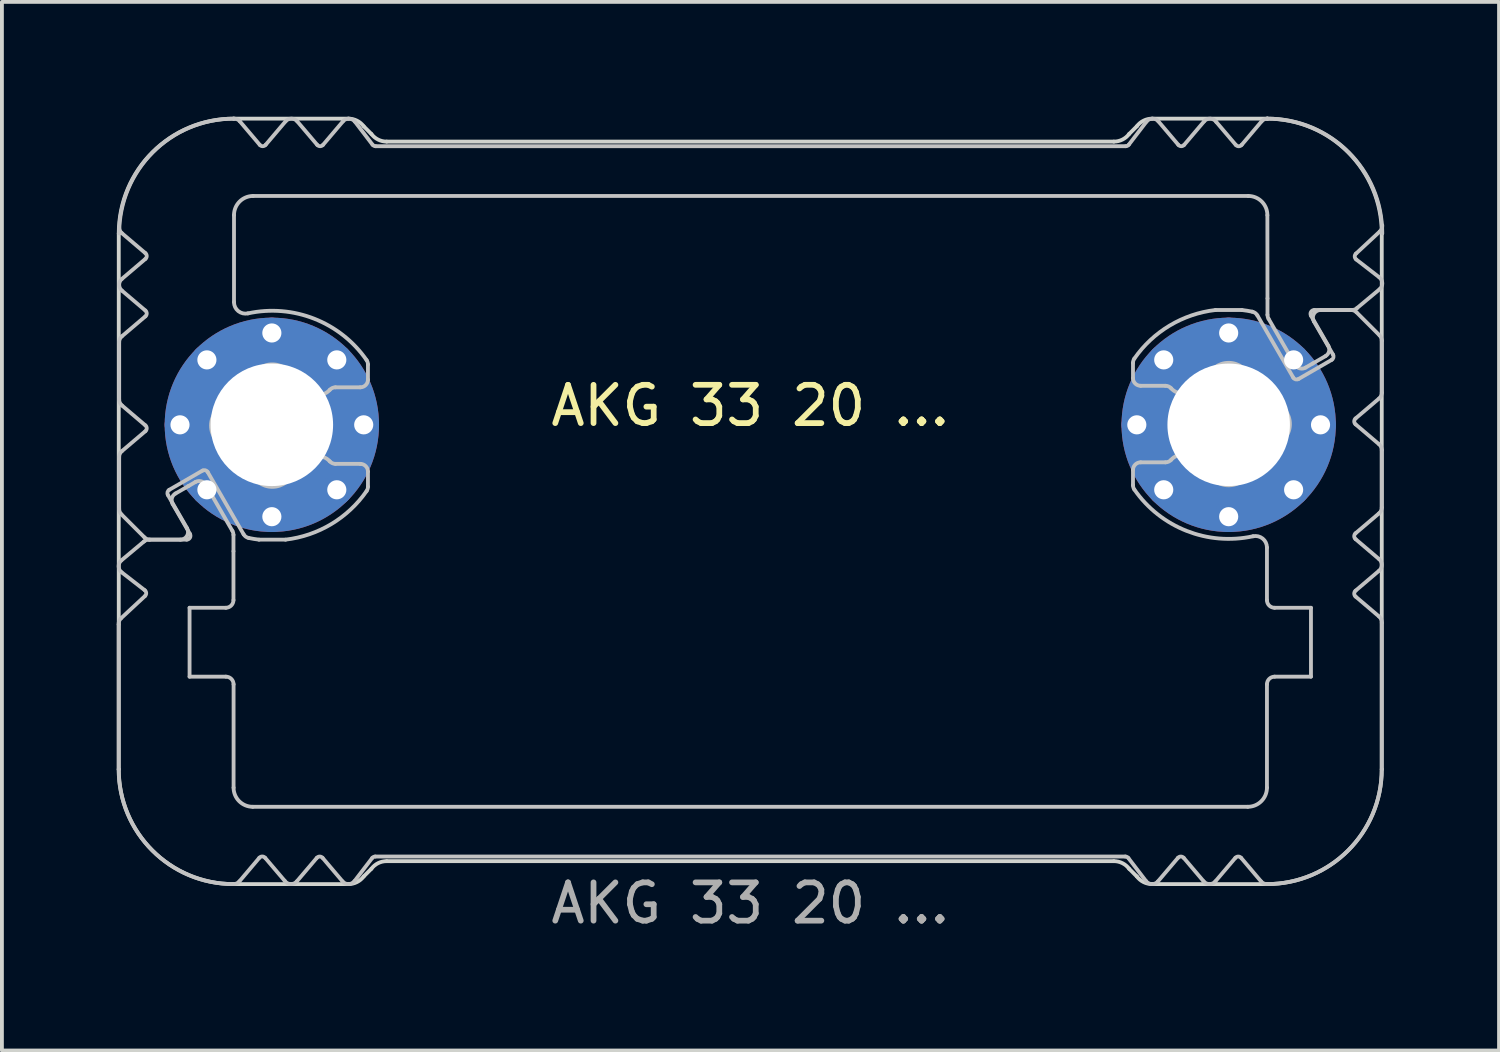
<source format=kicad_pcb>
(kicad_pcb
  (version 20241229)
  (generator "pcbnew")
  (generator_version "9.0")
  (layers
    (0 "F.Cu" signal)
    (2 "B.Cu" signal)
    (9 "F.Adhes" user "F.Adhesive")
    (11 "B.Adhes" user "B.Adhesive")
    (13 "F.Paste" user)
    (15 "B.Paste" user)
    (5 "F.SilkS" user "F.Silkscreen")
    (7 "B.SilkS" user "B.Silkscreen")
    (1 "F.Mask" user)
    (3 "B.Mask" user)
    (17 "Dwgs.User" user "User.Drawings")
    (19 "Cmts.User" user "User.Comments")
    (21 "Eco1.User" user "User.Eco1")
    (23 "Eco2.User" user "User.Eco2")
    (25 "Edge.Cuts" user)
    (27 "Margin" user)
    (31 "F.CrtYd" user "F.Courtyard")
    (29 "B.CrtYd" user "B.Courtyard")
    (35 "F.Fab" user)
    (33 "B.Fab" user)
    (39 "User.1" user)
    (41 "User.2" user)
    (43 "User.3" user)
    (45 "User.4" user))
  (footprint "AKG 33 20 ..."
    (layer "F.Cu")
    (at 16.553 8.05)
    (property "Reference" "AKG 33 20 ..." (at 0 -0.5 0) (unlocked yes) (layer "F.SilkS") (effects (font (size 1 1) (thickness 0.15))))
    (attr exclude_from_pos_files dnp)
    (fp_poly (pts (xy -9.846 -7.3) (xy 0.054 -7.3) (xy 0.054 -6) (xy -13.446 -6) (xy -13.446 -8) (xy -12.746 -7.2) (xy -11.996 -8) (xy -11.246 -7.2) (xy -10.496 -8)) (stroke (width 0.1) (type solid)) (fill yes) (layer "B.Mask"))
    (fp_poly (pts (xy -9.846 11.3) (xy 0.054 11.3) (xy 0.054 10) (xy -13.446 10) (xy -13.446 12) (xy -12.746 11.2) (xy -11.996 12) (xy -11.246 11.2) (xy -10.496 12)) (stroke (width 0.1) (type solid)) (fill yes) (layer "B.Mask"))
    (fp_poly (pts (xy 9.854 -7.3) (xy -0.046 -7.3) (xy -0.046 -6) (xy 13.454 -6) (xy 13.454 -8) (xy 12.754 -7.2) (xy 12.004 -8) (xy 11.254 -7.2) (xy 10.504 -8)) (stroke (width 0.1) (type solid)) (fill yes) (layer "B.Mask"))
    (fp_poly (pts (xy 9.854 11.3) (xy -0.046 11.3) (xy -0.046 10) (xy 13.454 10) (xy 13.454 12) (xy 12.754 11.2) (xy 12.004 12) (xy 11.254 11.2) (xy 10.504 12)) (stroke (width 0.1) (type solid)) (fill yes) (layer "B.Mask"))
    (fp_poly (pts (xy -13.546 -6.7) (xy -13.546 -4.7) (xy -13.546 0.1) (xy -15.646 0.1) (xy -16.446 -0.6) (xy -16.446 -2.2) (xy -15.546 -2.9) (xy -16.446 -3.7) (xy -15.646 -4.4) (xy -16.446 -5.1) (xy -16.446 -8) (xy -13.546 -8)) (stroke (width 0.1) (type solid)) (fill yes) (layer "B.Mask"))
    (fp_poly (pts (xy 13.554 -6.7) (xy 13.554 -4.7) (xy 13.554 -0.1) (xy 15.654 -0.1) (xy 16.454 -0.8) (xy 16.454 -2.2) (xy 15.654 -3) (xy 16.454 -3.7) (xy 15.654 -4.4) (xy 16.454 -5.1) (xy 16.454 -8) (xy 13.554 -8)) (stroke (width 0.1) (type solid)) (fill yes) (layer "B.Mask"))
    (fp_poly (pts (xy -13.546 6.7) (xy -14.646 6.7) (xy -14.646 4.7) (xy -13.546 4.7) (xy -13.546 0.1) (xy -15.646 0.1) (xy -16.446 0.8) (xy -16.446 2.2) (xy -15.646 3) (xy -16.446 3.7) (xy -15.646 4.4) (xy -16.446 5.1) (xy -16.446 12) (xy -13.546 12)) (stroke (width 0.1) (type solid)) (fill yes) (layer "B.Mask"))
    (fp_poly (pts (xy 13.554 6.7) (xy 14.654 6.7) (xy 14.654 4.7) (xy 13.554 4.7) (xy 13.554 -0.1) (xy 15.654 -0.1) (xy 16.454 0.6) (xy 16.454 2.2) (xy 15.554 2.9) (xy 16.454 3.7) (xy 15.654 4.4) (xy 16.454 5.1) (xy 16.454 12) (xy 13.554 12)) (stroke (width 0.1) (type solid)) (fill yes) (layer "B.Mask"))
    (fp_line (start -16.502 9) (end -16.502 5.214) (stroke (width 0.1) (type solid)) (layer "Dwgs.User"))
    (fp_line (start -16.489 -0.66) (end -16.489 -2.16) (stroke (width 0.1) (type solid)) (layer "Dwgs.User"))
    (fp_line (start -16.489 2.197) (end -16.489 0.84) (stroke (width 0.1) (type solid)) (layer "Dwgs.User"))
    (fp_line (start -16.439 5.053) (end -15.815 4.473) (stroke (width 0.1) (type solid)) (layer "Dwgs.User"))
    (fp_line (start -16.433 3.543) (end -15.839 3.046) (stroke (width 0.1) (type solid)) (layer "Dwgs.User"))
    (fp_line (start -16.419 -3.812) (end -15.805 -4.334) (stroke (width 0.1) (type solid)) (layer "Dwgs.User"))
    (fp_line (start -16.419 -2.312) (end -15.805 -2.834) (stroke (width 0.1) (type solid)) (layer "Dwgs.User"))
    (fp_line (start -16.419 0.688) (end -15.805 0.166) (stroke (width 0.1) (type solid)) (layer "Dwgs.User"))
    (fp_line (start -15.828 2.941) (end -16.431 2.339) (stroke (width 0.1) (type solid)) (layer "Dwgs.User"))
    (fp_line (start -15.822 4.321) (end -16.425 3.853) (stroke (width 0.1) (type solid)) (layer "Dwgs.User"))
    (fp_line (start -15.805 -4.486) (end -16.419 -5.008) (stroke (width 0.1) (type solid)) (layer "Dwgs.User"))
    (fp_line (start -15.805 -2.986) (end -16.419 -3.508) (stroke (width 0.1) (type solid)) (layer "Dwgs.User"))
    (fp_line (start -15.805 0.014) (end -16.419 -0.508) (stroke (width 0.1) (type solid)) (layer "Dwgs.User"))
    (fp_line (start -15.71 3) (end -14.727 3) (stroke (width 0.1) (type solid)) (layer "Dwgs.User"))
    (fp_line (start -15.216 1.834) (end -14.716 2.7) (stroke (width 0.1) (type solid)) (layer "Dwgs.User"))
    (fp_line (start -15.018 1.795) (end -14.683 1.602) (stroke (width 0.1) (type solid)) (layer "Dwgs.User"))
    (fp_line (start -14.889 3) (end -15.686 3) (stroke (width 0.1) (type solid)) (layer "Dwgs.User"))
    (fp_line (start -14.683 1.602) (end -14.499 1.495) (stroke (width 0.1) (type solid)) (layer "Dwgs.User"))
    (fp_line (start -14.65 4.78) (end -14.65 6.58) (stroke (width 0.1) (type solid)) (layer "Dwgs.User"))
    (fp_line (start -14.65 6.58) (end -13.7 6.58) (stroke (width 0.1) (type solid)) (layer "Dwgs.User"))
    (fp_line (start -14.64 2.85) (end -15.092 2.068) (stroke (width 0.1) (type solid)) (layer "Dwgs.User"))
    (fp_line (start -14.313 1.197) (end -15.179 1.697) (stroke (width 0.1) (type solid)) (layer "Dwgs.User"))
    (fp_line (start -14.225 1.568) (end -13.53 2.773) (stroke (width 0.1) (type solid)) (layer "Dwgs.User"))
    (fp_line (start -13.703 4.78) (end -14.65 4.78) (stroke (width 0.1) (type solid)) (layer "Dwgs.User"))
    (fp_line (start -13.503 2.873) (end -13.503 3.3) (stroke (width 0.1) (type solid)) (layer "Dwgs.User"))
    (fp_line (start -13.503 3.305) (end -13.503 4.58) (stroke (width 0.1) (type solid)) (layer "Dwgs.User"))
    (fp_line (start -13.502 12) (end -13.502 12) (stroke (width 0.1) (type solid)) (layer "Dwgs.User"))
    (fp_line (start -13.501 12) (end -13.502 12) (stroke (width 0.1) (type solid)) (layer "Dwgs.User"))
    (fp_line (start -13.5 6.78) (end -13.5 9.48) (stroke (width 0.1) (type solid)) (layer "Dwgs.User"))
    (fp_line (start -13.489 -5.48) (end -13.489 -3.205) (stroke (width 0.1) (type solid)) (layer "Dwgs.User"))
    (fp_line (start -13.336 -7.929) (end -12.815 -7.315) (stroke (width 0.1) (type solid)) (layer "Dwgs.User"))
    (fp_line (start -13.238 2.86) (end -14.177 1.234) (stroke (width 0.1) (type solid)) (layer "Dwgs.User"))
    (fp_line (start -13 9.98) (end 13 9.98) (stroke (width 0.1) (type solid)) (layer "Dwgs.User"))
    (fp_line (start -12.829 11.315) (end -13.349 11.929) (stroke (width 0.1) (type solid)) (layer "Dwgs.User"))
    (fp_line (start -12.663 -7.315) (end -12.142 -7.929) (stroke (width 0.1) (type solid)) (layer "Dwgs.User"))
    (fp_line (start -12.164 11.914) (end -12.674 11.315) (stroke (width 0.1) (type solid)) (layer "Dwgs.User"))
    (fp_line (start -12.143 3) (end -12.835 3) (stroke (width 0.1) (type solid)) (layer "Dwgs.User"))
    (fp_line (start -11.837 -7.929) (end -11.315 -7.315) (stroke (width 0.1) (type solid)) (layer "Dwgs.User"))
    (fp_line (start -11.326 11.315) (end -11.848 11.929) (stroke (width 0.1) (type solid)) (layer "Dwgs.User"))
    (fp_line (start -11.163 -7.315) (end -10.642 -7.929) (stroke (width 0.1) (type solid)) (layer "Dwgs.User"))
    (fp_line (start -10.838 1.02) (end -10.189 1.02) (stroke (width 0.1) (type solid)) (layer "Dwgs.User"))
    (fp_line (start -10.653 11.929) (end -11.174 11.315) (stroke (width 0.1) (type solid)) (layer "Dwgs.User"))
    (fp_line (start -10.33 -7.922) (end -9.869 -7.319) (stroke (width 0.1) (type solid)) (layer "Dwgs.User"))
    (fp_line (start -10.189 -0.98) (end -10.838 -0.98) (stroke (width 0.1) (type solid)) (layer "Dwgs.User"))
    (fp_line (start -9.989 -1.577) (end -9.989 -1.18) (stroke (width 0.1) (type solid)) (layer "Dwgs.User"))
    (fp_line (start -9.989 1.22) (end -9.989 1.617) (stroke (width 0.1) (type solid)) (layer "Dwgs.User"))
    (fp_line (start -9.879 11.319) (end -10.341 11.922) (stroke (width 0.1) (type solid)) (layer "Dwgs.User"))
    (fp_line (start -9.789 -7.28) (end 9.811 -7.28) (stroke (width 0.1) (type solid)) (layer "Dwgs.User"))
    (fp_line (start 9.8 11.28) (end -9.8 11.28) (stroke (width 0.1) (type solid)) (layer "Dwgs.User"))
    (fp_line (start 9.89 -7.319) (end 10.352 -7.922) (stroke (width 0.1) (type solid)) (layer "Dwgs.User"))
    (fp_line (start 10 -1.22) (end 10 -1.617) (stroke (width 0.1) (type solid)) (layer "Dwgs.User"))
    (fp_line (start 10 1.577) (end 10 1.18) (stroke (width 0.1) (type solid)) (layer "Dwgs.User"))
    (fp_line (start 10.2 0.98) (end 10.849 0.98) (stroke (width 0.1) (type solid)) (layer "Dwgs.User"))
    (fp_line (start 10.341 11.922) (end 9.879 11.319) (stroke (width 0.1) (type solid)) (layer "Dwgs.User"))
    (fp_line (start 10.663 -7.929) (end 11.185 -7.315) (stroke (width 0.1) (type solid)) (layer "Dwgs.User"))
    (fp_line (start 10.849 -1.02) (end 10.2 -1.02) (stroke (width 0.1) (type solid)) (layer "Dwgs.User"))
    (fp_line (start 11.174 11.315) (end 10.652 11.929) (stroke (width 0.1) (type solid)) (layer "Dwgs.User"))
    (fp_line (start 11.337 -7.315) (end 11.858 -7.929) (stroke (width 0.1) (type solid)) (layer "Dwgs.User"))
    (fp_line (start 11.847 11.929) (end 11.326 11.315) (stroke (width 0.1) (type solid)) (layer "Dwgs.User"))
    (fp_line (start 12.154 -3) (end 12.846 -3) (stroke (width 0.1) (type solid)) (layer "Dwgs.User"))
    (fp_line (start 12.175 -7.914) (end 12.685 -7.315) (stroke (width 0.1) (type solid)) (layer "Dwgs.User"))
    (fp_line (start 12.674 11.315) (end 12.152 11.929) (stroke (width 0.1) (type solid)) (layer "Dwgs.User"))
    (fp_line (start 12.84 -7.315) (end 13.36 -7.929) (stroke (width 0.1) (type solid)) (layer "Dwgs.User"))
    (fp_line (start 13.011 -5.98) (end -12.989 -5.98) (stroke (width 0.1) (type solid)) (layer "Dwgs.User"))
    (fp_line (start 13.249 -2.86) (end 14.188 -1.234) (stroke (width 0.1) (type solid)) (layer "Dwgs.User"))
    (fp_line (start 13.346 11.929) (end 12.826 11.315) (stroke (width 0.1) (type solid)) (layer "Dwgs.User"))
    (fp_line (start 13.5 4.58) (end 13.5 3.205) (stroke (width 0.1) (type solid)) (layer "Dwgs.User"))
    (fp_line (start 13.5 9.48) (end 13.5 6.78) (stroke (width 0.1) (type solid)) (layer "Dwgs.User"))
    (fp_line (start 13.512 -8) (end 13.512 -8) (stroke (width 0.1) (type solid)) (layer "Dwgs.User"))
    (fp_line (start 13.512 -8) (end 13.513 -8) (stroke (width 0.1) (type solid)) (layer "Dwgs.User"))
    (fp_line (start 13.514 -3.305) (end 13.511 -5.476) (stroke (width 0.1) (type solid)) (layer "Dwgs.User"))
    (fp_line (start 13.514 -2.873) (end 13.514 -3.3) (stroke (width 0.1) (type solid)) (layer "Dwgs.User"))
    (fp_line (start 13.7 6.58) (end 14.65 6.58) (stroke (width 0.1) (type solid)) (layer "Dwgs.User"))
    (fp_line (start 14.236 -1.568) (end 13.541 -2.773) (stroke (width 0.1) (type solid)) (layer "Dwgs.User"))
    (fp_line (start 14.324 -1.197) (end 15.19 -1.697) (stroke (width 0.1) (type solid)) (layer "Dwgs.User"))
    (fp_line (start 14.65 4.78) (end 13.7 4.78) (stroke (width 0.1) (type solid)) (layer "Dwgs.User"))
    (fp_line (start 14.65 6.58) (end 14.65 4.78) (stroke (width 0.1) (type solid)) (layer "Dwgs.User"))
    (fp_line (start 14.651 -2.85) (end 15.102 -2.068) (stroke (width 0.1) (type solid)) (layer "Dwgs.User"))
    (fp_line (start 14.694 -1.602) (end 14.509 -1.495) (stroke (width 0.1) (type solid)) (layer "Dwgs.User"))
    (fp_line (start 14.9 -3) (end 15.697 -3) (stroke (width 0.1) (type solid)) (layer "Dwgs.User"))
    (fp_line (start 15.029 -1.795) (end 14.694 -1.602) (stroke (width 0.1) (type solid)) (layer "Dwgs.User"))
    (fp_line (start 15.227 -1.834) (end 14.727 -2.7) (stroke (width 0.1) (type solid)) (layer "Dwgs.User"))
    (fp_line (start 15.721 -3) (end 14.738 -3) (stroke (width 0.1) (type solid)) (layer "Dwgs.User"))
    (fp_line (start 15.815 -0.014) (end 16.429 0.508) (stroke (width 0.1) (type solid)) (layer "Dwgs.User"))
    (fp_line (start 15.815 2.986) (end 16.429 3.508) (stroke (width 0.1) (type solid)) (layer "Dwgs.User"))
    (fp_line (start 15.815 4.486) (end 16.429 5.008) (stroke (width 0.1) (type solid)) (layer "Dwgs.User"))
    (fp_line (start 15.832 -4.321) (end 16.436 -3.853) (stroke (width 0.1) (type solid)) (layer "Dwgs.User"))
    (fp_line (start 15.839 -2.941) (end 16.441 -2.339) (stroke (width 0.1) (type solid)) (layer "Dwgs.User"))
    (fp_line (start 16.429 -0.688) (end 15.815 -0.166) (stroke (width 0.1) (type solid)) (layer "Dwgs.User"))
    (fp_line (start 16.429 2.312) (end 15.815 2.834) (stroke (width 0.1) (type solid)) (layer "Dwgs.User"))
    (fp_line (start 16.429 3.812) (end 15.815 4.334) (stroke (width 0.1) (type solid)) (layer "Dwgs.User"))
    (fp_line (start 16.443 -3.543) (end 15.849 -3.047) (stroke (width 0.1) (type solid)) (layer "Dwgs.User"))
    (fp_line (start 16.45 -5.053) (end 15.826 -4.473) (stroke (width 0.1) (type solid)) (layer "Dwgs.User"))
    (fp_line (start 16.5 5.171) (end 16.499 9) (stroke (width 0.1) (type solid)) (layer "Dwgs.User"))
    (fp_line (start 16.5 -2.197) (end 16.5 -0.84) (stroke (width 0.1) (type solid)) (layer "Dwgs.User"))
    (fp_line (start 16.5 0.66) (end 16.5 2.16) (stroke (width 0.1) (type solid)) (layer "Dwgs.User"))
    (fp_arc (start -16.502431 5.214496) (mid -16.48921 5.126511) (end -16.439103 5.05299) (stroke (width 0.1) (type solid)) (layer "Dwgs.User"))
    (fp_arc (start -16.48919 -2.16003) (mid -16.470691 -2.24403) (end -16.418628 -2.312496) (stroke (width 0.1) (type solid)) (layer "Dwgs.User"))
    (fp_arc (start -16.48919 0.83997) (mid -16.470691 0.75597) (end -16.418628 0.687504) (stroke (width 0.1) (type solid)) (layer "Dwgs.User"))
    (fp_arc (start -16.488629 -5.00003) (mid -15.609776 -7.121528) (end -13.488132 -8.00003) (stroke (width 0.1) (type solid)) (layer "Dwgs.User"))
    (fp_arc (start -16.430611 2.338548) (mid -16.473952 2.273658) (end -16.48919 2.197127) (stroke (width 0.1) (type solid)) (layer "Dwgs.User"))
    (fp_arc (start -16.425499 3.853059) (mid -16.502937 3.699538) (end -16.432592 3.542641) (stroke (width 0.1) (type solid)) (layer "Dwgs.User"))
    (fp_arc (start -16.418628 -5.007564) (mid -16.473021 -5.081251) (end -16.488863 -5.171459) (stroke (width 0.1) (type solid)) (layer "Dwgs.User"))
    (fp_arc (start -16.418628 -3.507564) (mid -16.489188 -3.66003) (end -16.418628 -3.812496) (stroke (width 0.1) (type solid)) (layer "Dwgs.User"))
    (fp_arc (start -16.418628 -0.507564) (mid -16.470694 -0.576029) (end -16.48919 -0.66003) (stroke (width 0.1) (type solid)) (layer "Dwgs.User"))
    (fp_arc (start -15.838668 3.046481) (mid -15.778648 3.011946) (end -15.710445 2.99997) (stroke (width 0.1) (type solid)) (layer "Dwgs.User"))
    (fp_arc (start -15.821739 4.320925) (mid -15.783088 4.395508) (end -15.814937 4.473239) (stroke (width 0.1) (type solid)) (layer "Dwgs.User"))
    (fp_arc (start -15.804583 -4.486263) (mid -15.769295 -4.41003) (end -15.804583 -4.333797) (stroke (width 0.1) (type solid)) (layer "Dwgs.User"))
    (fp_arc (start -15.804583 -2.986263) (mid -15.769295 -2.91003) (end -15.804583 -2.833797) (stroke (width 0.1) (type solid)) (layer "Dwgs.User"))
    (fp_arc (start -15.804583 0.013737) (mid -15.769295 0.08997) (end -15.804583 0.166203) (stroke (width 0.1) (type solid)) (layer "Dwgs.User"))
    (fp_arc (start -15.686347 2.99997) (mid -15.762877 2.984729) (end -15.827769 2.941391) (stroke (width 0.1) (type solid)) (layer "Dwgs.User"))
    (fp_arc (start -15.215985 1.833944) (mid -15.225952 1.758068) (end -15.179382 1.697342) (stroke (width 0.1) (type solid)) (layer "Dwgs.User"))
    (fp_arc (start -15.091514 2.068343) (mid -15.111468 1.916586) (end -15.018309 1.795138) (stroke (width 0.1) (type solid)) (layer "Dwgs.User"))
    (fp_arc (start -14.715985 2.69997) (mid -14.715978 2.899974) (end -14.88919 2.99997) (stroke (width 0.1) (type solid)) (layer "Dwgs.User"))
    (fp_arc (start -14.640241 2.84997) (mid -14.640233 2.949975) (end -14.726844 2.99997) (stroke (width 0.1) (type solid)) (layer "Dwgs.User"))
    (fp_arc (start -14.498694 1.495138) (mid -14.346932 1.475166) (end -14.225489 1.568343) (stroke (width 0.1) (type solid)) (layer "Dwgs.User"))
    (fp_arc (start -14.313357 1.197342) (mid -14.237485 1.187387) (end -14.176754 1.233944) (stroke (width 0.1) (type solid)) (layer "Dwgs.User"))
    (fp_arc (start -13.700049 6.57997) (mid -13.558651 6.638572) (end -13.500049 6.77997) (stroke (width 0.1) (type solid)) (layer "Dwgs.User"))
    (fp_arc (start -13.65419 -0.556897) (mid -13.408426 -0.899266) (end -13.066057 -1.14503) (stroke (width 0.1) (type solid)) (layer "Dwgs.User"))
    (fp_arc (start -13.65419 0.596836) (mid -14.089189 0.01997) (end -13.65419 -0.556897) (stroke (width 0.1) (type solid)) (layer "Dwgs.User"))
    (fp_arc (start -13.529787 2.773333) (mid -13.509797 2.821567) (end -13.502992 2.873333) (stroke (width 0.1) (type solid)) (layer "Dwgs.User"))
    (fp_arc (start -13.502992 4.57997) (mid -13.561565 4.721397) (end -13.702992 4.77997) (stroke (width 0.1) (type solid)) (layer "Dwgs.User"))
    (fp_arc (start -13.501935 11.99997) (mid -15.623559 11.121448) (end -16.502431 8.99997) (stroke (width 0.1) (type solid)) (layer "Dwgs.User"))
    (fp_arc (start -13.48919 -5.48003) (mid -13.342738 -5.833578) (end -12.98919 -5.98003) (stroke (width 0.1) (type solid)) (layer "Dwgs.User"))
    (fp_arc (start -13.488132 -8.00003) (mid -13.404059 -7.98147) (end -13.335563 -7.929306) (stroke (width 0.1) (type solid)) (layer "Dwgs.User"))
    (fp_arc (start -13.349192 11.929246) (mid -13.417408 11.9813) (end -13.501161 11.999969) (stroke (width 0.1) (type solid)) (layer "Dwgs.User"))
    (fp_arc (start -13.125554 -2.911761) (mid -13.377487 -2.97138) (end -13.48919 -3.204934) (stroke (width 0.1) (type solid)) (layer "Dwgs.User"))
    (fp_arc (start -13.125554 -2.911761) (mid -11.390142 -2.771458) (end -10.024904 -1.690965) (stroke (width 0.1) (type solid)) (layer "Dwgs.User"))
    (fp_arc (start -13.105732 2.955932) (mid -13.181984 2.922143) (end -13.237834 2.860201) (stroke (width 0.1) (type solid)) (layer "Dwgs.User"))
    (fp_arc (start -13.066057 -1.14503) (mid -12.48919 -1.58003) (end -11.912323 -1.14503) (stroke (width 0.1) (type solid)) (layer "Dwgs.User"))
    (fp_arc (start -13.066057 1.18497) (mid -13.40843 0.939209) (end -13.65419 0.596836) (stroke (width 0.1) (type solid)) (layer "Dwgs.User"))
    (fp_arc (start -13.000049 9.97997) (mid -13.353577 9.833498) (end -13.500049 9.47997) (stroke (width 0.1) (type solid)) (layer "Dwgs.User"))
    (fp_arc (start -12.835022 2.99997) (mid -12.970881 2.981048) (end -13.105732 2.955932) (stroke (width 0.1) (type solid)) (layer "Dwgs.User"))
    (fp_arc (start -12.829121 11.315332) (mid -12.751541 11.278264) (end -12.673885 11.315171) (stroke (width 0.1) (type solid)) (layer "Dwgs.User"))
    (fp_arc (start -12.662951 -7.315318) (mid -12.739181 -7.280019) (end -12.815417 -7.315305) (stroke (width 0.1) (type solid)) (layer "Dwgs.User"))
    (fp_arc (start -12.141667 -7.929455) (mid -11.98919 -8.000029) (end -11.836712 -7.929455) (stroke (width 0.1) (type solid)) (layer "Dwgs.User"))
    (fp_arc (start -11.912323 -1.14503) (mid -11.730199 -1.035459) (end -11.568362 -0.897677) (stroke (width 0.1) (type solid)) (layer "Dwgs.User"))
    (fp_arc (start -11.912323 1.18497) (mid -12.48919 1.61997) (end -13.066057 1.18497) (stroke (width 0.1) (type solid)) (layer "Dwgs.User"))
    (fp_arc (start -11.847571 11.929394) (mid -12.009557 11.999707) (end -12.164131 11.914325) (stroke (width 0.1) (type solid)) (layer "Dwgs.User"))
    (fp_arc (start -11.568362 0.937617) (mid -11.730203 1.075392) (end -11.912323 1.18497) (stroke (width 0.1) (type solid)) (layer "Dwgs.User"))
    (fp_arc (start -11.568362 0.937617) (mid -11.274243 0.820096) (end -10.986888 0.953303) (stroke (width 0.1) (type solid)) (layer "Dwgs.User"))
    (fp_arc (start -11.326288 11.315258) (mid -11.250049 11.27997) (end -11.17381 11.315258) (stroke (width 0.1) (type solid)) (layer "Dwgs.User"))
    (fp_arc (start -11.162951 -7.315318) (mid -11.23919 -7.28003) (end -11.315429 -7.315318) (stroke (width 0.1) (type solid)) (layer "Dwgs.User"))
    (fp_arc (start -10.986888 -0.913364) (mid -11.274244 -0.780195) (end -11.568362 -0.897677) (stroke (width 0.1) (type solid)) (layer "Dwgs.User"))
    (fp_arc (start -10.986888 -0.913364) (mid -10.919468 -0.962607) (end -10.837817 -0.98003) (stroke (width 0.1) (type solid)) (layer "Dwgs.User"))
    (fp_arc (start -10.837817 1.01997) (mid -10.919464 1.002537) (end -10.986888 0.953303) (stroke (width 0.1) (type solid)) (layer "Dwgs.User"))
    (fp_arc (start -10.641667 -7.929455) (mid -10.484216 -7.999958) (end -10.330466 -7.921713) (stroke (width 0.1) (type solid)) (layer "Dwgs.User"))
    (fp_arc (start -10.341325 11.921653) (mid -10.495076 11.999873) (end -10.652527 11.929394) (stroke (width 0.1) (type solid)) (layer "Dwgs.User"))
    (fp_arc (start -10.18919 1.01997) (mid -10.047772 1.078552) (end -9.98919 1.21997) (stroke (width 0.1) (type solid)) (layer "Dwgs.User"))
    (fp_arc (start -10.024904 -1.690965) (mid -9.998333 -1.636662) (end -9.98919 -1.576902) (stroke (width 0.1) (type solid)) (layer "Dwgs.User"))
    (fp_arc (start -10.024904 1.730904) (mid -10.947492 2.593529) (end -12.143358 2.99997) (stroke (width 0.1) (type solid)) (layer "Dwgs.User"))
    (fp_arc (start -9.98919 -1.18003) (mid -10.047762 -1.038602) (end -10.18919 -0.98003) (stroke (width 0.1) (type solid)) (layer "Dwgs.User"))
    (fp_arc (start -9.98919 1.616842) (mid -9.998317 1.676607) (end -10.024904 1.730904) (stroke (width 0.1) (type solid)) (layer "Dwgs.User"))
    (fp_arc (start -9.879411 11.319129) (mid -9.844304 11.290279) (end -9.800049 11.27997) (stroke (width 0.1) (type solid)) (layer "Dwgs.User"))
    (fp_arc (start -9.78919 -7.28003) (mid -9.83344 -7.29035) (end -9.868552 -7.319189) (stroke (width 0.1) (type solid)) (layer "Dwgs.User"))
    (fp_arc (start 9.799951 11.27997) (mid 9.84419 11.290312) (end 9.879313 11.319129) (stroke (width 0.1) (type solid)) (layer "Dwgs.User"))
    (fp_arc (start 9.890172 -7.319189) (mid 9.855062 -7.290341) (end 9.81081 -7.28003) (stroke (width 0.1) (type solid)) (layer "Dwgs.User"))
    (fp_arc (start 9.999951 -1.616902) (mid 10.009085 -1.676664) (end 10.035665 -1.730964) (stroke (width 0.1) (type solid)) (layer "Dwgs.User"))
    (fp_arc (start 9.999951 1.17997) (mid 10.058523 1.038542) (end 10.199951 0.97997) (stroke (width 0.1) (type solid)) (layer "Dwgs.User"))
    (fp_arc (start 10.035665 -1.730964) (mid 10.95825 -2.593595) (end 12.154119 -3.00003) (stroke (width 0.1) (type solid)) (layer "Dwgs.User"))
    (fp_arc (start 10.035665 1.690905) (mid 10.009091 1.636603) (end 9.999951 1.576842) (stroke (width 0.1) (type solid)) (layer "Dwgs.User"))
    (fp_arc (start 10.199951 -1.02003) (mid 10.058555 -1.078634) (end 9.999951 -1.22003) (stroke (width 0.1) (type solid)) (layer "Dwgs.User"))
    (fp_arc (start 10.352086 -7.921713) (mid 10.505833 -7.999949) (end 10.663288 -7.929455) (stroke (width 0.1) (type solid)) (layer "Dwgs.User"))
    (fp_arc (start 10.652429 11.929394) (mid 10.494978 11.999873) (end 10.341227 11.921653) (stroke (width 0.1) (type solid)) (layer "Dwgs.User"))
    (fp_arc (start 10.848578 -1.02003) (mid 10.930232 -1.002613) (end 10.997649 -0.953363) (stroke (width 0.1) (type solid)) (layer "Dwgs.User"))
    (fp_arc (start 10.997649 0.913304) (mid 10.930225 0.96254) (end 10.848578 0.97997) (stroke (width 0.1) (type solid)) (layer "Dwgs.User"))
    (fp_arc (start 10.997649 0.913304) (mid 11.285004 0.780112) (end 11.579123 0.897617) (stroke (width 0.1) (type solid)) (layer "Dwgs.User"))
    (fp_arc (start 11.173712 11.315258) (mid 11.249951 11.27997) (end 11.32619 11.315258) (stroke (width 0.1) (type solid)) (layer "Dwgs.User"))
    (fp_arc (start 11.337049 -7.315318) (mid 11.26081 -7.28003) (end 11.184571 -7.315318) (stroke (width 0.1) (type solid)) (layer "Dwgs.User"))
    (fp_arc (start 11.579123 -0.937677) (mid 11.285005 -0.820179) (end 10.997649 -0.953363) (stroke (width 0.1) (type solid)) (layer "Dwgs.User"))
    (fp_arc (start 11.579123 -0.937677) (mid 11.740962 -1.075455) (end 11.923084 -1.18503) (stroke (width 0.1) (type solid)) (layer "Dwgs.User"))
    (fp_arc (start 11.858333 -7.929455) (mid 12.020316 -7.999785) (end 12.174892 -7.914385) (stroke (width 0.1) (type solid)) (layer "Dwgs.User"))
    (fp_arc (start 11.923084 -1.18503) (mid 12.499951 -1.62003) (end 13.076818 -1.18503) (stroke (width 0.1) (type solid)) (layer "Dwgs.User"))
    (fp_arc (start 11.923084 1.14497) (mid 11.740964 1.035394) (end 11.579123 0.897617) (stroke (width 0.1) (type solid)) (layer "Dwgs.User"))
    (fp_arc (start 12.152429 11.929394) (mid 11.999951 11.99997) (end 11.847473 11.929394) (stroke (width 0.1) (type solid)) (layer "Dwgs.User"))
    (fp_arc (start 12.673712 11.315258) (mid 12.749942 11.279935) (end 12.826178 11.315245) (stroke (width 0.1) (type solid)) (layer "Dwgs.User"))
    (fp_arc (start 12.839882 -7.315392) (mid 12.762303 -7.278341) (end 12.684646 -7.315231) (stroke (width 0.1) (type solid)) (layer "Dwgs.User"))
    (fp_arc (start 12.845783 -3.00003) (mid 12.981641 -2.981106) (end 13.116493 -2.955992) (stroke (width 0.1) (type solid)) (layer "Dwgs.User"))
    (fp_arc (start 13.01081 -5.98003) (mid 13.364368 -5.833582) (end 13.51081 -5.48003) (stroke (width 0.1) (type solid)) (layer "Dwgs.User"))
    (fp_arc (start 13.076818 -1.18503) (mid 13.419182 -0.93926) (end 13.664951 -0.596896) (stroke (width 0.1) (type solid)) (layer "Dwgs.User"))
    (fp_arc (start 13.076818 1.14497) (mid 12.499951 1.57997) (end 11.923084 1.14497) (stroke (width 0.1) (type solid)) (layer "Dwgs.User"))
    (fp_arc (start 13.116493 -2.955992) (mid 13.192755 -2.922217) (end 13.248595 -2.860261) (stroke (width 0.1) (type solid)) (layer "Dwgs.User"))
    (fp_arc (start 13.136315 2.9117) (mid 11.400891 2.771429) (end 10.035665 1.690905) (stroke (width 0.1) (type solid)) (layer "Dwgs.User"))
    (fp_arc (start 13.136315 2.9117) (mid 13.388271 2.971291) (end 13.499951 3.204873) (stroke (width 0.1) (type solid)) (layer "Dwgs.User"))
    (fp_arc (start 13.359953 -7.929306) (mid 13.428162 -7.98138) (end 13.511922 -8.000029) (stroke (width 0.1) (type solid)) (layer "Dwgs.User"))
    (fp_arc (start 13.498893 11.99997) (mid 13.41481 11.981432) (end 13.346324 11.929246) (stroke (width 0.1) (type solid)) (layer "Dwgs.User"))
    (fp_arc (start 13.499951 6.77997) (mid 13.558523 6.638542) (end 13.699951 6.57997) (stroke (width 0.1) (type solid)) (layer "Dwgs.User"))
    (fp_arc (start 13.499951 9.47997) (mid 13.353498 9.833517) (end 12.999951 9.97997) (stroke (width 0.1) (type solid)) (layer "Dwgs.User"))
    (fp_arc (start 13.512696 -8.00003) (mid 15.634342 -7.121531) (end 16.513192 -5.00003) (stroke (width 0.1) (type solid)) (layer "Dwgs.User"))
    (fp_arc (start 13.540548 -2.773393) (mid 13.520566 -2.821629) (end 13.513753 -2.873393) (stroke (width 0.1) (type solid)) (layer "Dwgs.User"))
    (fp_arc (start 13.664951 -0.596896) (mid 14.099993 -0.02003) (end 13.664951 0.556837) (stroke (width 0.1) (type solid)) (layer "Dwgs.User"))
    (fp_arc (start 13.664951 0.556837) (mid 13.419185 0.899204) (end 13.076818 1.14497) (stroke (width 0.1) (type solid)) (layer "Dwgs.User"))
    (fp_arc (start 13.699951 4.77997) (mid 13.558555 4.721366) (end 13.499951 4.57997) (stroke (width 0.1) (type solid)) (layer "Dwgs.User"))
    (fp_arc (start 14.324118 -1.197402) (mid 14.248233 -1.1874) (end 14.187515 -1.234004) (stroke (width 0.1) (type solid)) (layer "Dwgs.User"))
    (fp_arc (start 14.509455 -1.495198) (mid 14.357701 -1.475253) (end 14.23625 -1.568403) (stroke (width 0.1) (type solid)) (layer "Dwgs.User"))
    (fp_arc (start 14.651002 -2.85003) (mid 14.651009 -2.950026) (end 14.737605 -3.00003) (stroke (width 0.1) (type solid)) (layer "Dwgs.User"))
    (fp_arc (start 14.726746 -2.70003) (mid 14.726753 -2.900026) (end 14.899951 -3.00003) (stroke (width 0.1) (type solid)) (layer "Dwgs.User"))
    (fp_arc (start 15.102275 -2.068403) (mid 15.122244 -1.916642) (end 15.02907 -1.795198) (stroke (width 0.1) (type solid)) (layer "Dwgs.User"))
    (fp_arc (start 15.226746 -1.834004) (mid 15.236719 -1.758127) (end 15.190143 -1.697402) (stroke (width 0.1) (type solid)) (layer "Dwgs.User"))
    (fp_arc (start 15.697108 -3.00003) (mid 15.773644 -2.984804) (end 15.83853 -2.941451) (stroke (width 0.1) (type solid)) (layer "Dwgs.User"))
    (fp_arc (start 15.815344 -0.013797) (mid 15.780082 -0.09003) (end 15.815344 -0.166263) (stroke (width 0.1) (type solid)) (layer "Dwgs.User"))
    (fp_arc (start 15.815344 2.986203) (mid 15.780082 2.90997) (end 15.815344 2.833737) (stroke (width 0.1) (type solid)) (layer "Dwgs.User"))
    (fp_arc (start 15.815344 4.486203) (mid 15.780082 4.40997) (end 15.815344 4.333737) (stroke (width 0.1) (type solid)) (layer "Dwgs.User"))
    (fp_arc (start 15.8325 -4.320985) (mid 15.793877 -4.395569) (end 15.825698 -4.473299) (stroke (width 0.1) (type solid)) (layer "Dwgs.User"))
    (fp_arc (start 15.849429 -3.046541) (mid 15.789406 -3.012014) (end 15.721206 -3.00003) (stroke (width 0.1) (type solid)) (layer "Dwgs.User"))
    (fp_arc (start 16.429389 0.507504) (mid 16.481446 0.575973) (end 16.499951 0.65997) (stroke (width 0.1) (type solid)) (layer "Dwgs.User"))
    (fp_arc (start 16.429389 3.507504) (mid 16.499975 3.65997) (end 16.429389 3.812436) (stroke (width 0.1) (type solid)) (layer "Dwgs.User"))
    (fp_arc (start 16.429389 5.007504) (mid 16.483797 5.081185) (end 16.499624 5.171399) (stroke (width 0.1) (type solid)) (layer "Dwgs.User"))
    (fp_arc (start 16.43626 -3.853119) (mid 16.513725 -3.699599) (end 16.443353 -3.542701) (stroke (width 0.1) (type solid)) (layer "Dwgs.User"))
    (fp_arc (start 16.441372 -2.338608) (mid 16.484725 -2.273723) (end 16.499951 -2.197187) (stroke (width 0.1) (type solid)) (layer "Dwgs.User"))
    (fp_arc (start 16.49939 8.99997) (mid 15.620537 11.121468) (end 13.498893 11.99997) (stroke (width 0.1) (type solid)) (layer "Dwgs.User"))
    (fp_arc (start 16.499951 -0.84003) (mid 16.481454 -0.756029) (end 16.429389 -0.687564) (stroke (width 0.1) (type solid)) (layer "Dwgs.User"))
    (fp_arc (start 16.499951 2.15997) (mid 16.481454 2.243971) (end 16.429389 2.312436) (stroke (width 0.1) (type solid)) (layer "Dwgs.User"))
    (fp_arc (start 16.513192 -5.214556) (mid 16.499916 -5.126598) (end 16.449864 -5.05305) (stroke (width 0.1) (type solid)) (layer "Dwgs.User"))
    (fp_rect (start -14.45 4.88) (end 14.45 6.48) (stroke (width 0.1) (type solid)) (fill no) (layer "Eco1.User"))
    (fp_line (start -16.5 -5) (end -16.5 9) (stroke (width 0.1) (type solid)) (layer "Edge.Cuts"))
    (fp_line (start -13.5 -8) (end -10.5 -8) (stroke (width 0.1) (type solid)) (layer "Edge.Cuts"))
    (fp_line (start -13.5 12) (end -10.5 12) (stroke (width 0.1) (type solid)) (layer "Edge.Cuts"))
    (fp_line (start -9.9 -7.6) (end -10.1 -7.8) (stroke (width 0.1) (type solid)) (layer "Edge.Cuts"))
    (fp_line (start -9.9 11.6) (end -10.1 11.8) (stroke (width 0.1) (type solid)) (layer "Edge.Cuts"))
    (fp_line (start -9.5 -7.4) (end 9.5 -7.4) (stroke (width 0.1) (type solid)) (layer "Edge.Cuts"))
    (fp_line (start -9.5 11.4) (end 9.5 11.4) (stroke (width 0.1) (type solid)) (layer "Edge.Cuts"))
    (fp_line (start 9.9 -7.6) (end 10.1 -7.8) (stroke (width 0.1) (type solid)) (layer "Edge.Cuts"))
    (fp_line (start 9.9 11.6) (end 10.1 11.8) (stroke (width 0.1) (type solid)) (layer "Edge.Cuts"))
    (fp_line (start 13.5 -8) (end 10.5 -8) (stroke (width 0.1) (type solid)) (layer "Edge.Cuts"))
    (fp_line (start 13.5 12) (end 10.5 12) (stroke (width 0.1) (type solid)) (layer "Edge.Cuts"))
    (fp_line (start 16.5 -5) (end 16.5 9) (stroke (width 0.1) (type solid)) (layer "Edge.Cuts"))
    (fp_arc (start -16.5 -5) (mid -15.62132 -7.12132) (end -13.5 -8) (stroke (width 0.1) (type solid)) (layer "Edge.Cuts"))
    (fp_arc (start -13.5 12) (mid -15.62132 11.12132) (end -16.5 9) (stroke (width 0.1) (type solid)) (layer "Edge.Cuts"))
    (fp_arc (start -10.5 -8) (mid -10.276393 -7.947214) (end -10.1 -7.8) (stroke (width 0.1) (type solid)) (layer "Edge.Cuts"))
    (fp_arc (start -10.1 11.8) (mid -10.276393 11.947214) (end -10.5 12) (stroke (width 0.1) (type solid)) (layer "Edge.Cuts"))
    (fp_arc (start -9.9 11.6) (mid -9.723607 11.452786) (end -9.5 11.4) (stroke (width 0.1) (type solid)) (layer "Edge.Cuts"))
    (fp_arc (start -9.5 -7.4) (mid -9.723607 -7.452786) (end -9.9 -7.6) (stroke (width 0.1) (type solid)) (layer "Edge.Cuts"))
    (fp_arc (start 9.5 11.4) (mid 9.723607 11.452786) (end 9.9 11.6) (stroke (width 0.1) (type solid)) (layer "Edge.Cuts"))
    (fp_arc (start 9.9 -7.6) (mid 9.723607 -7.452786) (end 9.5 -7.4) (stroke (width 0.1) (type solid)) (layer "Edge.Cuts"))
    (fp_arc (start 10.1 -7.8) (mid 10.276393 -7.947214) (end 10.5 -8) (stroke (width 0.1) (type solid)) (layer "Edge.Cuts"))
    (fp_arc (start 10.5 12) (mid 10.276393 11.947214) (end 10.1 11.8) (stroke (width 0.1) (type solid)) (layer "Edge.Cuts"))
    (fp_arc (start 13.5 -8) (mid 15.62132 -7.12132) (end 16.5 -5) (stroke (width 0.1) (type solid)) (layer "Edge.Cuts"))
    (fp_arc (start 16.5 9) (mid 15.62132 11.12132) (end 13.5 12) (stroke (width 0.1) (type solid)) (layer "Edge.Cuts"))
    (fp_text user "${REFERENCE}" (at 0 12.5 0) (layer "F.Fab") (effects (font (size 1 1) (thickness 0.15))))
    (pad "1" thru_hole circle (at -14.9 0) (size 0.8 0.8) (drill 0.5) (layers "*.Cu" "*.Mask"))
    (pad "1" thru_hole circle (at -14.197 -1.697) (size 0.8 0.8) (drill 0.5) (layers "*.Cu" "*.Mask"))
    (pad "1" thru_hole circle (at -14.197 1.697) (size 0.8 0.8) (drill 0.5) (layers "*.Cu" "*.Mask"))
    (pad "1" thru_hole circle (at -12.5 -2.4) (size 0.8 0.8) (drill 0.5) (layers "*.Cu" "*.Mask"))
    (pad "1" thru_hole circle (at -12.5 0) (size 5.6 5.6) (drill 3.2) (layers "*.Cu" "*.Mask"))
    (pad "1" thru_hole circle (at -12.5 2.4) (size 0.8 0.8) (drill 0.5) (layers "*.Cu" "*.Mask"))
    (pad "1" thru_hole circle (at -10.803 -1.697) (size 0.8 0.8) (drill 0.5) (layers "*.Cu" "*.Mask"))
    (pad "1" thru_hole circle (at -10.803 1.697) (size 0.8 0.8) (drill 0.5) (layers "*.Cu" "*.Mask"))
    (pad "1" thru_hole circle (at -10.1 0) (size 0.8 0.8) (drill 0.5) (layers "*.Cu" "*.Mask"))
    (pad "1" thru_hole circle (at 10.1 0) (size 0.8 0.8) (drill 0.5) (layers "*.Cu" "*.Mask"))
    (pad "1" thru_hole circle (at 10.803 -1.697) (size 0.8 0.8) (drill 0.5) (layers "*.Cu" "*.Mask"))
    (pad "1" thru_hole circle (at 10.803 1.697) (size 0.8 0.8) (drill 0.5) (layers "*.Cu" "*.Mask"))
    (pad "1" thru_hole circle (at 12.5 -2.4) (size 0.8 0.8) (drill 0.5) (layers "*.Cu" "*.Mask"))
    (pad "1" thru_hole circle (at 12.5 0) (size 5.6 5.6) (drill 3.2) (layers "*.Cu" "*.Mask"))
    (pad "1" thru_hole circle (at 12.5 2.4) (size 0.8 0.8) (drill 0.5) (layers "*.Cu" "*.Mask"))
    (pad "1" thru_hole circle (at 14.197 -1.697) (size 0.8 0.8) (drill 0.5) (layers "*.Cu" "*.Mask"))
    (pad "1" thru_hole circle (at 14.197 1.697) (size 0.8 0.8) (drill 0.5) (layers "*.Cu" "*.Mask"))
    (pad "1" thru_hole circle (at 14.9 0) (size 0.8 0.8) (drill 0.5) (layers "*.Cu" "*.Mask")))
  (gr_rect
    (start -3 -3)
    (end 36.117 24.398)
    (stroke (width 0.1) (type default))
    (fill no)
    (layer "Edge.Cuts")))
</source>
